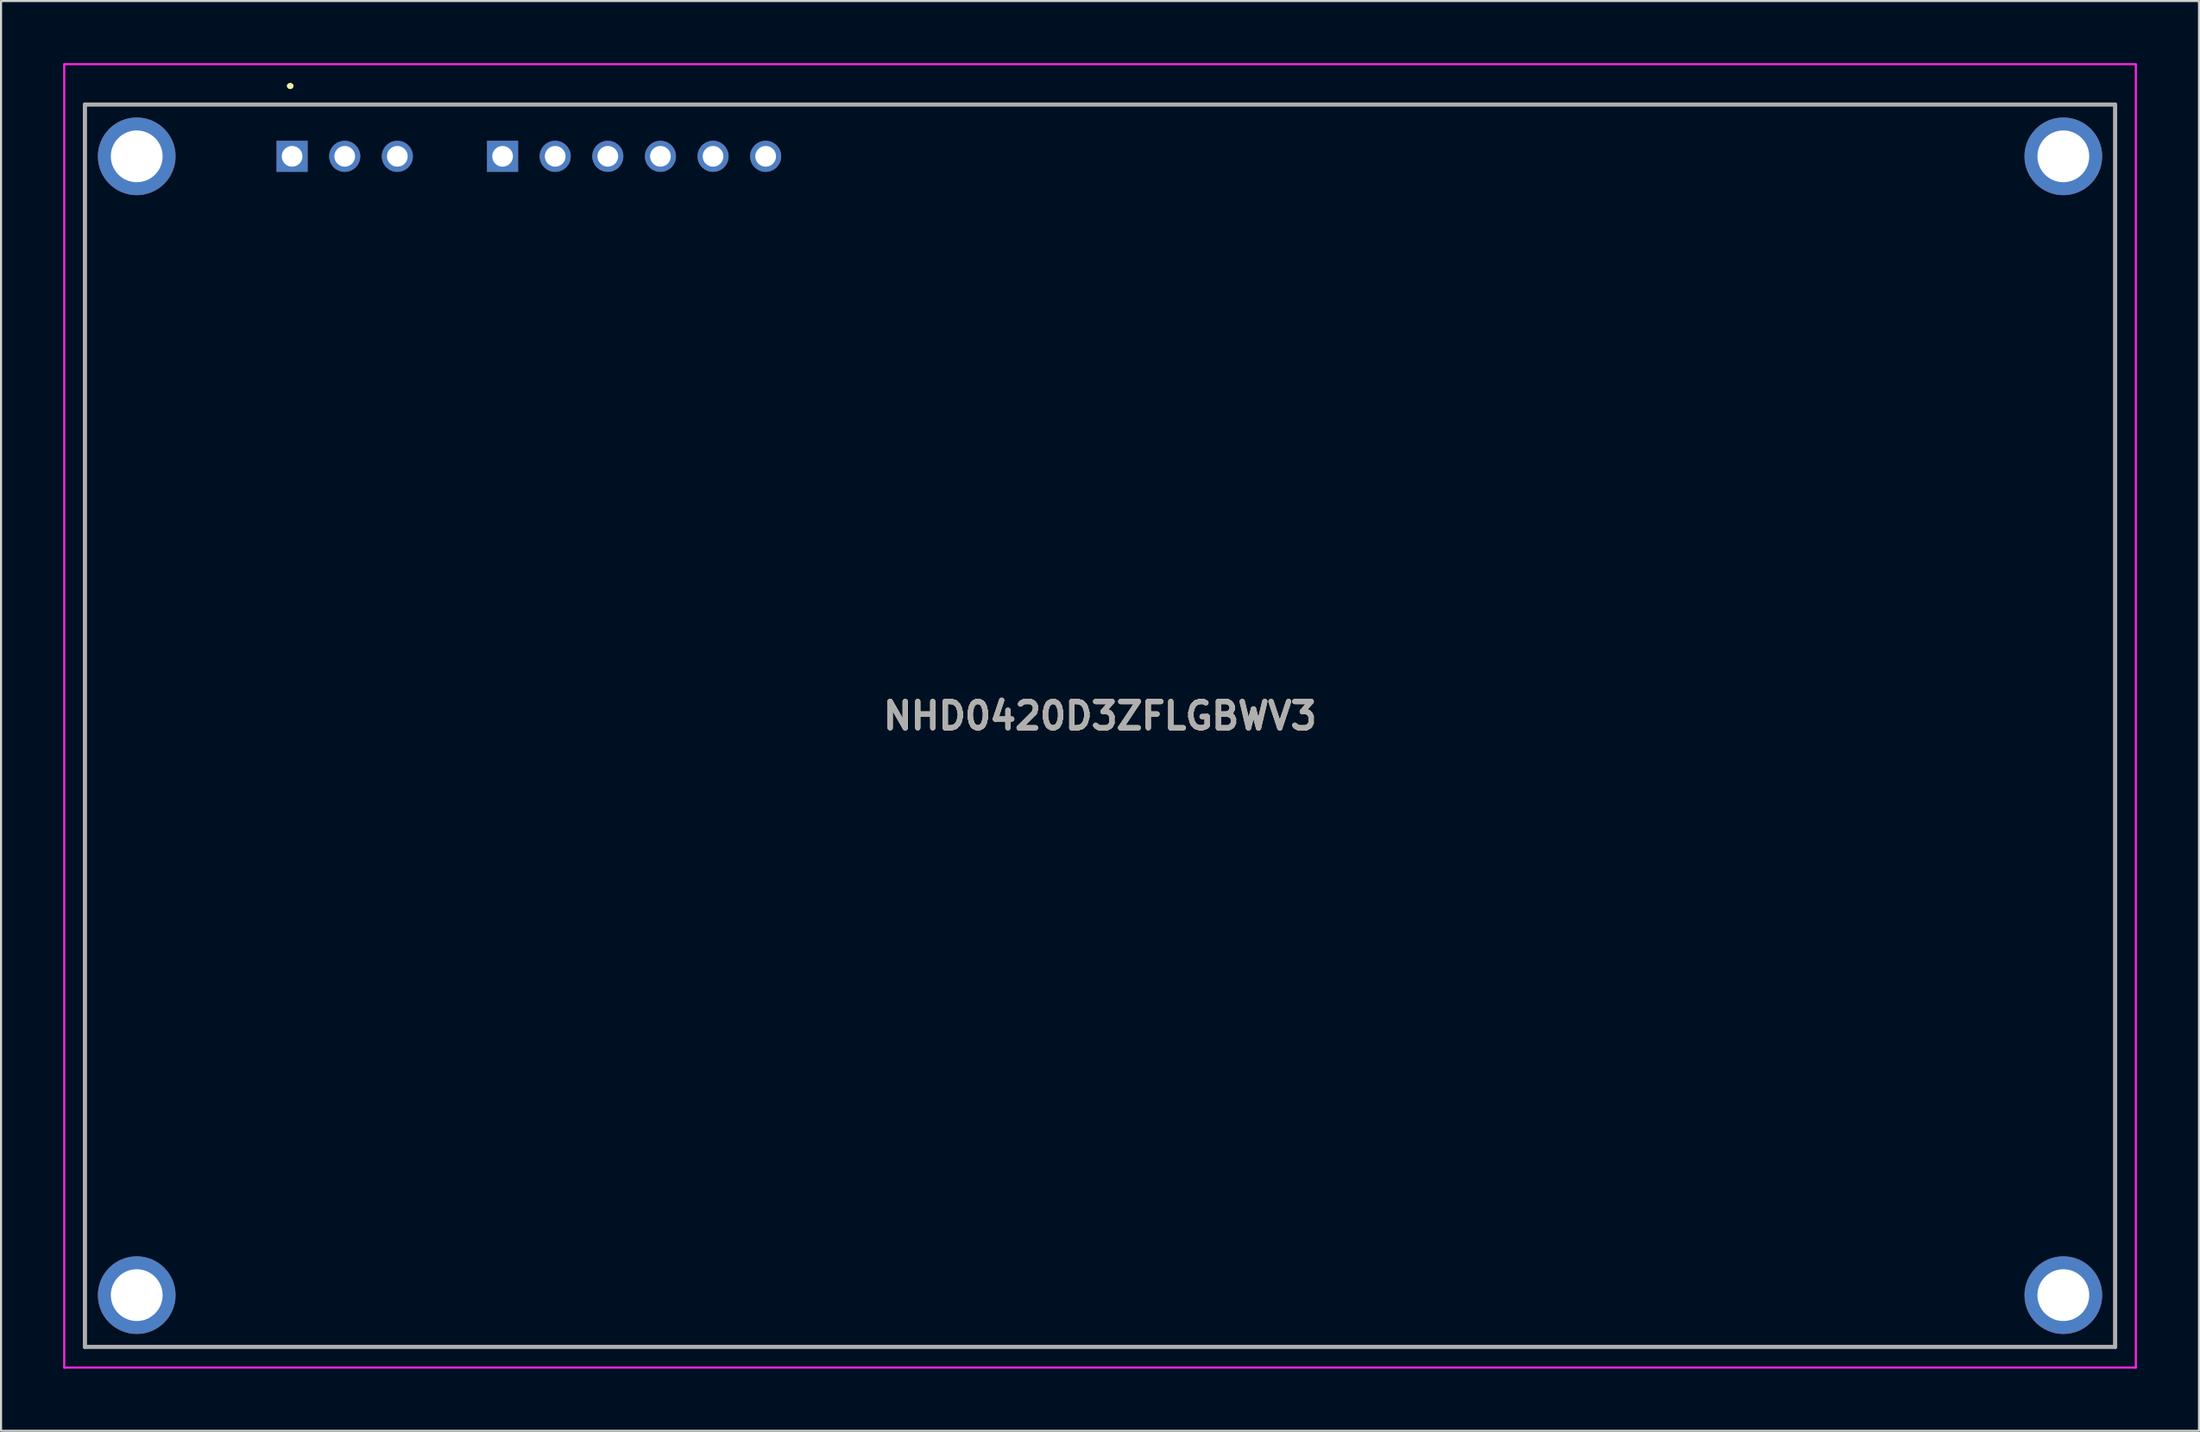
<source format=kicad_pcb>
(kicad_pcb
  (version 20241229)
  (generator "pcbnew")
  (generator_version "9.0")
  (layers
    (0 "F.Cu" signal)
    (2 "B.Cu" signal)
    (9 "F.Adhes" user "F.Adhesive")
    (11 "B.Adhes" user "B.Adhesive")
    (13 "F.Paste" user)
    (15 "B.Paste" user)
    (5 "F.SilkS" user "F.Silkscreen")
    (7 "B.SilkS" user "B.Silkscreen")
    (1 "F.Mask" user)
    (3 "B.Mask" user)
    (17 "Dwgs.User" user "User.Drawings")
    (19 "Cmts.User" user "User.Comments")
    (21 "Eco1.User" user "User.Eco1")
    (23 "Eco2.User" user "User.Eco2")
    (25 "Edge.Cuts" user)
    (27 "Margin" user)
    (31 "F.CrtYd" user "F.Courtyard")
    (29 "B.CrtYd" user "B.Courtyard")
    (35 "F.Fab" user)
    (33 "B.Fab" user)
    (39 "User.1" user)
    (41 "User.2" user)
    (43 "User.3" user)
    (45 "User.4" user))
  (footprint "NHD0420D3ZFLGBWV3"
    (layer "F.Cu")
    (at 11.05 4.5)
    (property "Reference" "NHD0420D3ZFLGBWV3" (at 39 27.025 0) (layer "F.SilkS") (effects (font (size 1.27 1.27) (thickness 0.254))))
    (attr through_hole)
    (fp_line (start -10 -2.5) (end 88 -2.5) (stroke (width 0.1) (type solid)) (layer "F.SilkS"))
    (fp_line (start -10 57.5) (end -10 -2.5) (stroke (width 0.1) (type solid)) (layer "F.SilkS"))
    (fp_line (start -0.14 -3.4) (end -0.14 -3.4) (stroke (width 0.2) (type solid)) (layer "F.SilkS"))
    (fp_line (start -0.14 -3.4) (end -0.14 -3.4) (stroke (width 0.2) (type solid)) (layer "F.SilkS"))
    (fp_line (start -0.04 -3.4) (end -0.04 -3.4) (stroke (width 0.2) (type solid)) (layer "F.SilkS"))
    (fp_line (start 88 -2.5) (end 88 57.5) (stroke (width 0.1) (type solid)) (layer "F.SilkS"))
    (fp_line (start 88 57.5) (end -10 57.5) (stroke (width 0.1) (type solid)) (layer "F.SilkS"))
    (fp_arc (start -0.14 -3.4) (mid -0.09 -3.45) (end -0.04 -3.4) (stroke (width 0.2) (type solid)) (layer "F.SilkS"))
    (fp_arc (start -0.04 -3.4) (mid -0.09 -3.35) (end -0.14 -3.4) (stroke (width 0.2) (type solid)) (layer "F.SilkS"))
    (fp_arc (start -0.04 -3.4) (mid -0.09 -3.35) (end -0.14 -3.4) (stroke (width 0.2) (type solid)) (layer "F.SilkS"))
    (fp_line (start -11 -4.45) (end 89 -4.45) (stroke (width 0.1) (type solid)) (layer "F.CrtYd"))
    (fp_line (start -11 58.5) (end -11 -4.45) (stroke (width 0.1) (type solid)) (layer "F.CrtYd"))
    (fp_line (start 89 -4.45) (end 89 58.5) (stroke (width 0.1) (type solid)) (layer "F.CrtYd"))
    (fp_line (start 89 58.5) (end -11 58.5) (stroke (width 0.1) (type solid)) (layer "F.CrtYd"))
    (fp_line (start -10 -2.5) (end -10 57.5) (stroke (width 0.2) (type solid)) (layer "F.Fab"))
    (fp_line (start -10 57.5) (end 88 57.5) (stroke (width 0.2) (type solid)) (layer "F.Fab"))
    (fp_line (start 88 -2.5) (end -10 -2.5) (stroke (width 0.2) (type solid)) (layer "F.Fab"))
    (fp_line (start 88 57.5) (end 88 -2.5) (stroke (width 0.2) (type solid)) (layer "F.Fab"))
    (fp_text user "${REFERENCE}" (at 39 27.025 0) (layer "F.Fab") (effects (font (size 1.27 1.27) (thickness 0.254))))
    (pad "J11" thru_hole rect (at 0 0) (size 1.5 1.5) (drill 1) (layers "*.Cu" "*.Mask"))
    (pad "J12" thru_hole circle (at 2.54 0) (size 1.5 1.5) (drill 1) (layers "*.Cu" "*.Mask"))
    (pad "J13" thru_hole circle (at 5.08 0) (size 1.5 1.5) (drill 1) (layers "*.Cu" "*.Mask"))
    (pad "J21" thru_hole rect (at 10.16 0) (size 1.5 1.5) (drill 1) (layers "*.Cu" "*.Mask"))
    (pad "J22" thru_hole circle (at 12.7 0) (size 1.5 1.5) (drill 1) (layers "*.Cu" "*.Mask"))
    (pad "J23" thru_hole circle (at 15.24 0) (size 1.5 1.5) (drill 1) (layers "*.Cu" "*.Mask"))
    (pad "J24" thru_hole circle (at 17.78 0) (size 1.5 1.5) (drill 1) (layers "*.Cu" "*.Mask"))
    (pad "J25" thru_hole circle (at 20.32 0) (size 1.5 1.5) (drill 1) (layers "*.Cu" "*.Mask"))
    (pad "J26" thru_hole circle (at 22.86 0) (size 1.5 1.5) (drill 1) (layers "*.Cu" "*.Mask"))
    (pad "MH1" thru_hole circle (at -7.5 55) (size 3.75 3.75) (drill 2.5) (layers "*.Cu" "*.Mask"))
    (pad "MH2" thru_hole circle (at -7.5 0) (size 3.75 3.75) (drill 2.5) (layers "*.Cu" "*.Mask"))
    (pad "MH3" thru_hole circle (at 85.5 0) (size 3.75 3.75) (drill 2.5) (layers "*.Cu" "*.Mask"))
    (pad "MH4" thru_hole circle (at 85.5 55) (size 3.75 3.75) (drill 2.5) (layers "*.Cu" "*.Mask")))
  (gr_rect
    (start -3 -3)
    (end 103.1 66.05)
    (stroke (width 0.1) (type default))
    (fill no)
    (layer "Edge.Cuts")))
</source>
